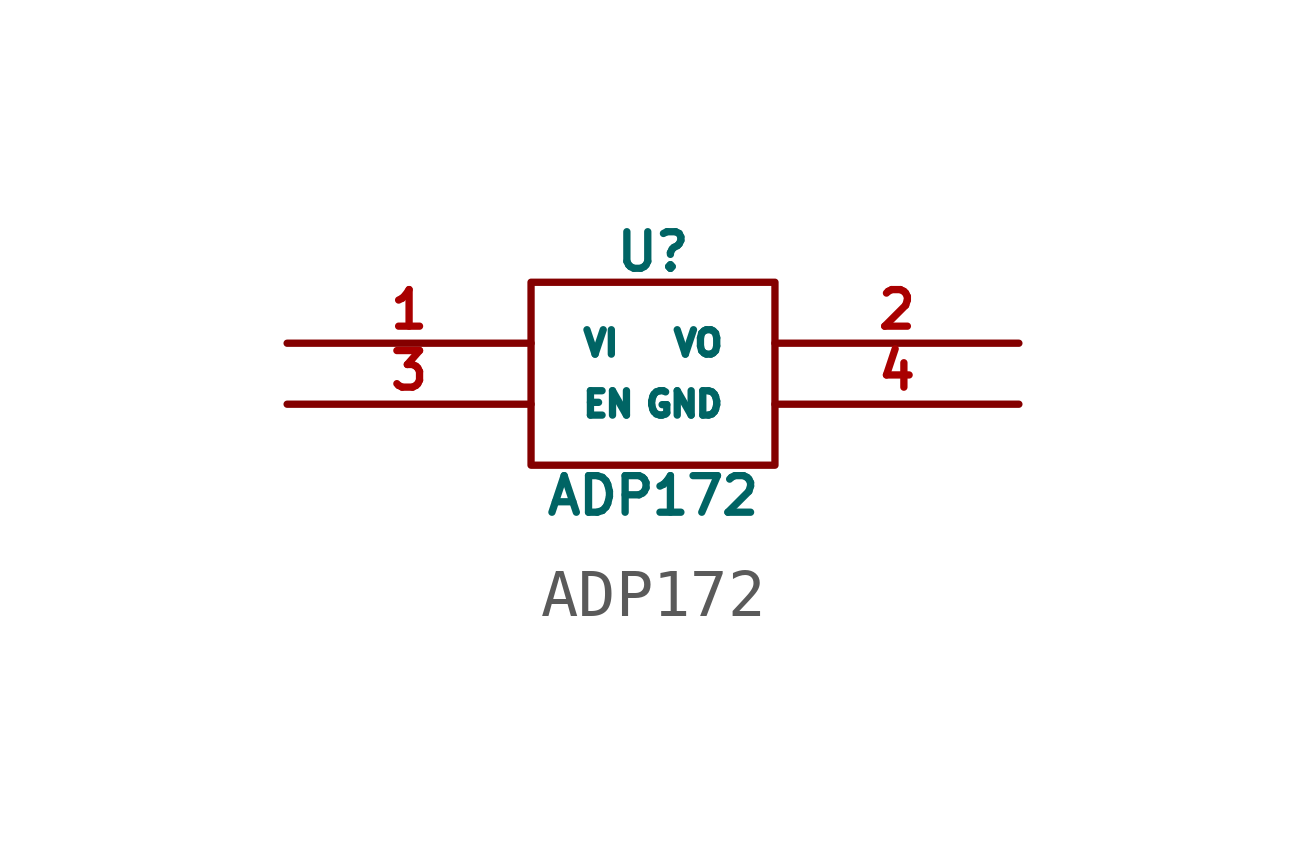
<source format=kicad_sym>
(kicad_symbol_lib
  (version 20220914)
  (generator kicad_symbol_editor)
  (symbol "ADP172"
    (pin_names
      (offset 1.016))
    (property "Reference" "U"
      (at 0 2.54 0)
      (effects (font (size 0.762 0.762))))
    (property "Value" "ADP172"
      (at 0 -2.54 0)
      (effects (font (size 0.762 0.762))))
    (symbol "ADP172_0_1"
      (rectangle (start -2.54 1.905) (end 2.54 -1.905) (stroke (width 0) (type solid)) (fill (type none))))
    (symbol "ADP172_1_1"
      (pin input line (at -7.62 0.635 0) (length 5.08) (name "VI" (effects (font (size 0.508 0.508)))) (number "1" (effects (font (size 0.762 0.762)))))
      (pin input line (at 7.62 0.635 180) (length 5.08) (name "VO" (effects (font (size 0.508 0.508)))) (number "2" (effects (font (size 0.762 0.762)))))
      (pin input line (at -7.62 -0.635 0) (length 5.08) (name "EN" (effects (font (size 0.508 0.508)))) (number "3" (effects (font (size 0.762 0.762)))))
      (pin input line (at 7.62 -0.635 180) (length 5.08) (name "GND" (effects (font (size 0.508 0.508)))) (number "4" (effects (font (size 0.762 0.762))))))))
</source>
